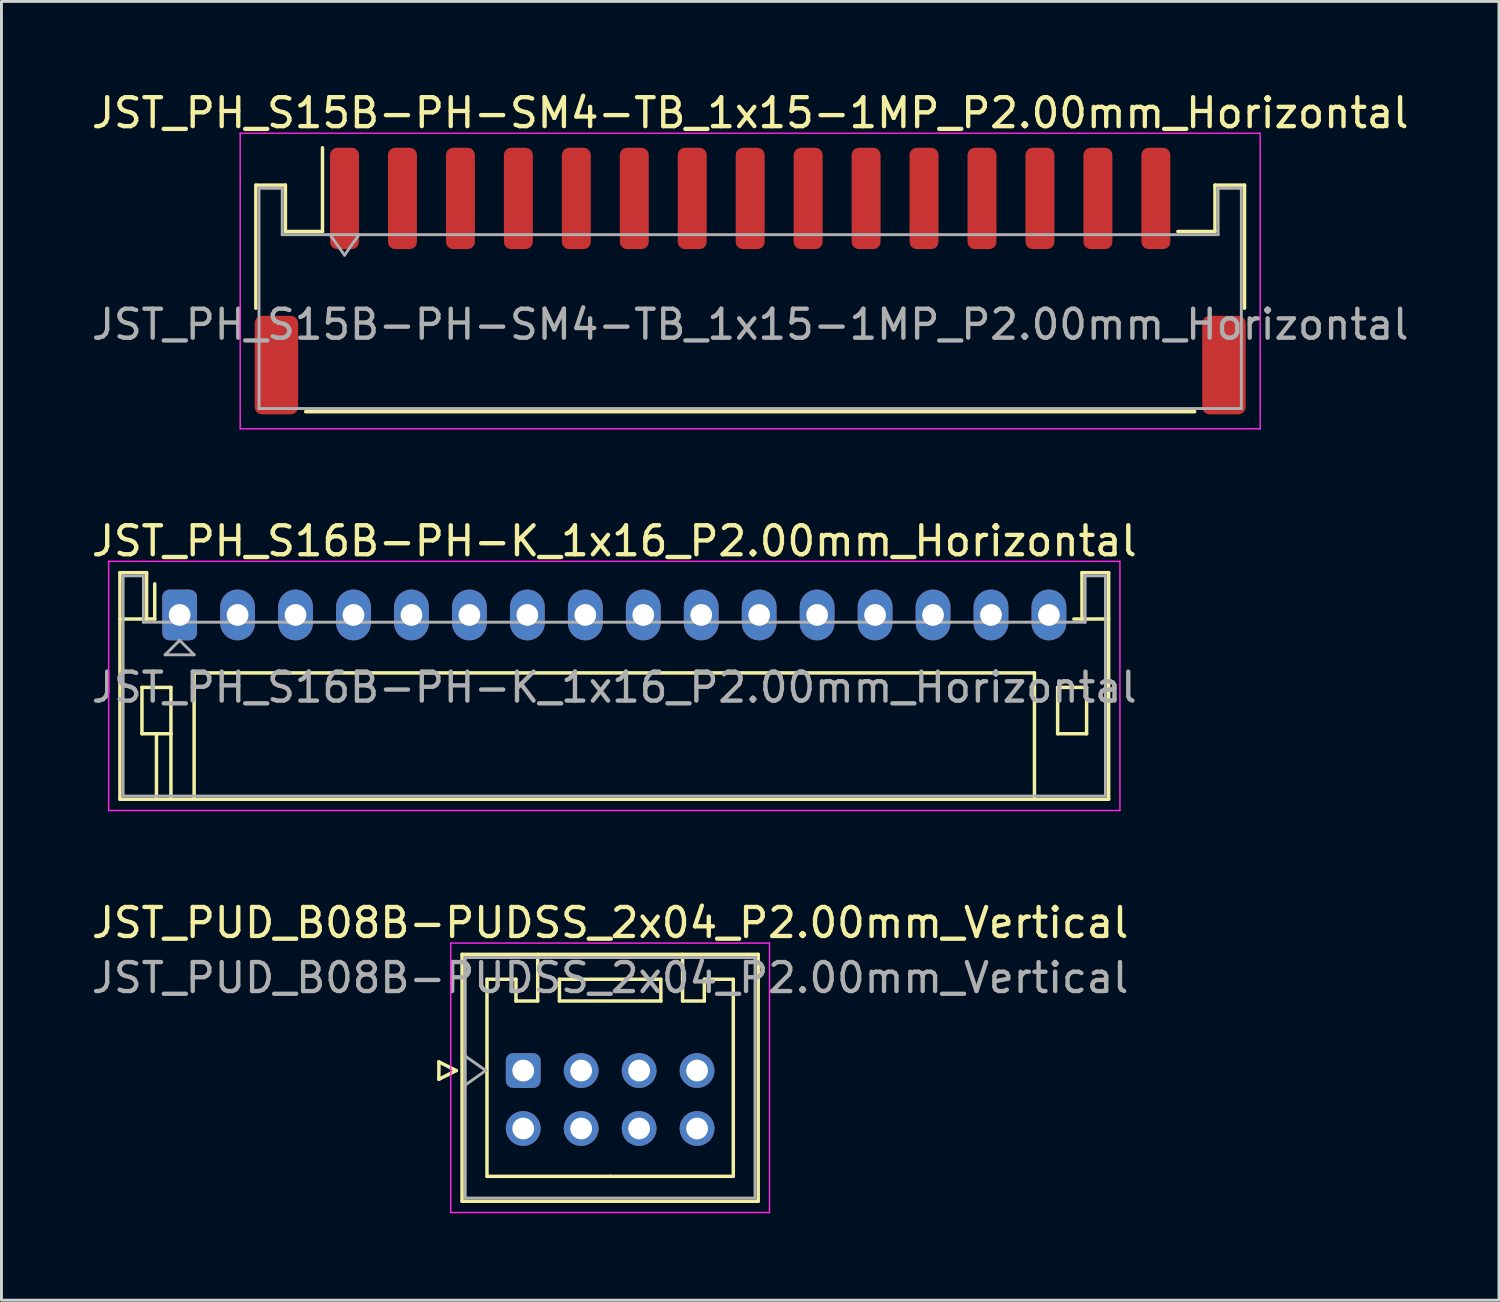
<source format=kicad_pcb>
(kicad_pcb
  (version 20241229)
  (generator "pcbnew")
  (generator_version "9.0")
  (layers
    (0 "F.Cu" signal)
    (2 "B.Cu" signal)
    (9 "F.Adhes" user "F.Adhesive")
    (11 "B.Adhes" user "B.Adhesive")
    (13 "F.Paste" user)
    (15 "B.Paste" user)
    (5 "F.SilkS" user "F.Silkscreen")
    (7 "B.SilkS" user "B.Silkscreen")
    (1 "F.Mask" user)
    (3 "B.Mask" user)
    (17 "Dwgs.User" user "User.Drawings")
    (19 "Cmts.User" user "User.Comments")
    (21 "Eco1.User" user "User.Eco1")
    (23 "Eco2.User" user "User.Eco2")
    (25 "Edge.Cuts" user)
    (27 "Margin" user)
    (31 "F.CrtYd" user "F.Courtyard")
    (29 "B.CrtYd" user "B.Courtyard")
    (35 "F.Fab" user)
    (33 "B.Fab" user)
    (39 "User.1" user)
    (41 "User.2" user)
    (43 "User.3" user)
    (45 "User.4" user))
  (footprint "JST_PH_S16B-PH-K_1x16_P2.00mm_Horizontal"
    (layer "F.Cu")
    (at 3.149 18.172)
    (property "Reference" "JST_PH_S16B-PH-K_1x16_P2.00mm_Horizontal" (at 15 -2.55 0) (layer "F.SilkS") (effects (font (size 1 1) (thickness 0.15))))
    (attr through_hole)
    (fp_line (start -2.06 -1.46) (end -2.06 6.36) (stroke (width 0.12) (type solid)) (layer "F.SilkS"))
    (fp_line (start -2.06 0.14) (end -1.14 0.14) (stroke (width 0.12) (type solid)) (layer "F.SilkS"))
    (fp_line (start -2.06 6.36) (end 32.06 6.36) (stroke (width 0.12) (type solid)) (layer "F.SilkS"))
    (fp_line (start -1.3 2.5) (end -1.3 4.1) (stroke (width 0.12) (type solid)) (layer "F.SilkS"))
    (fp_line (start -1.3 4.1) (end -0.3 4.1) (stroke (width 0.12) (type solid)) (layer "F.SilkS"))
    (fp_line (start -1.14 -1.46) (end -2.06 -1.46) (stroke (width 0.12) (type solid)) (layer "F.SilkS"))
    (fp_line (start -1.14 0.14) (end -1.14 -1.46) (stroke (width 0.12) (type solid)) (layer "F.SilkS"))
    (fp_line (start -0.86 0.14) (end -1.14 0.14) (stroke (width 0.12) (type solid)) (layer "F.SilkS"))
    (fp_line (start -0.86 0.14) (end -0.86 -1.075) (stroke (width 0.12) (type solid)) (layer "F.SilkS"))
    (fp_line (start -0.8 4.1) (end -0.8 6.36) (stroke (width 0.12) (type solid)) (layer "F.SilkS"))
    (fp_line (start -0.3 2.5) (end -1.3 2.5) (stroke (width 0.12) (type solid)) (layer "F.SilkS"))
    (fp_line (start -0.3 4.1) (end -0.3 2.5) (stroke (width 0.12) (type solid)) (layer "F.SilkS"))
    (fp_line (start -0.3 4.1) (end -0.3 6.36) (stroke (width 0.12) (type solid)) (layer "F.SilkS"))
    (fp_line (start 0.5 2) (end 29.5 2) (stroke (width 0.12) (type solid)) (layer "F.SilkS"))
    (fp_line (start 0.5 6.36) (end 0.5 2) (stroke (width 0.12) (type solid)) (layer "F.SilkS"))
    (fp_line (start 29.5 2) (end 29.5 6.36) (stroke (width 0.12) (type solid)) (layer "F.SilkS"))
    (fp_line (start 30.3 2.5) (end 31.3 2.5) (stroke (width 0.12) (type solid)) (layer "F.SilkS"))
    (fp_line (start 30.3 4.1) (end 30.3 2.5) (stroke (width 0.12) (type solid)) (layer "F.SilkS"))
    (fp_line (start 31.14 -1.46) (end 31.14 0.14) (stroke (width 0.12) (type solid)) (layer "F.SilkS"))
    (fp_line (start 31.14 0.14) (end 30.86 0.14) (stroke (width 0.12) (type solid)) (layer "F.SilkS"))
    (fp_line (start 31.3 2.5) (end 31.3 4.1) (stroke (width 0.12) (type solid)) (layer "F.SilkS"))
    (fp_line (start 31.3 4.1) (end 30.3 4.1) (stroke (width 0.12) (type solid)) (layer "F.SilkS"))
    (fp_line (start 32.06 -1.46) (end 31.14 -1.46) (stroke (width 0.12) (type solid)) (layer "F.SilkS"))
    (fp_line (start 32.06 0.14) (end 31.14 0.14) (stroke (width 0.12) (type solid)) (layer "F.SilkS"))
    (fp_line (start 32.06 6.36) (end 32.06 -1.46) (stroke (width 0.12) (type solid)) (layer "F.SilkS"))
    (fp_line (start -2.45 -1.85) (end -2.45 6.75) (stroke (width 0.05) (type solid)) (layer "F.CrtYd"))
    (fp_line (start -2.45 6.75) (end 32.45 6.75) (stroke (width 0.05) (type solid)) (layer "F.CrtYd"))
    (fp_line (start 32.45 -1.85) (end -2.45 -1.85) (stroke (width 0.05) (type solid)) (layer "F.CrtYd"))
    (fp_line (start 32.45 6.75) (end 32.45 -1.85) (stroke (width 0.05) (type solid)) (layer "F.CrtYd"))
    (fp_line (start -1.95 -1.35) (end -1.95 6.25) (stroke (width 0.1) (type solid)) (layer "F.Fab"))
    (fp_line (start -1.95 6.25) (end 31.95 6.25) (stroke (width 0.1) (type solid)) (layer "F.Fab"))
    (fp_line (start -1.25 -1.35) (end -1.95 -1.35) (stroke (width 0.1) (type solid)) (layer "F.Fab"))
    (fp_line (start -1.25 0.25) (end -1.25 -1.35) (stroke (width 0.1) (type solid)) (layer "F.Fab"))
    (fp_line (start -0.5 1.375) (end 0.5 1.375) (stroke (width 0.1) (type solid)) (layer "F.Fab"))
    (fp_line (start 0 0.875) (end -0.5 1.375) (stroke (width 0.1) (type solid)) (layer "F.Fab"))
    (fp_line (start 0.5 1.375) (end 0 0.875) (stroke (width 0.1) (type solid)) (layer "F.Fab"))
    (fp_line (start 31.25 -1.35) (end 31.25 0.25) (stroke (width 0.1) (type solid)) (layer "F.Fab"))
    (fp_line (start 31.25 0.25) (end -1.25 0.25) (stroke (width 0.1) (type solid)) (layer "F.Fab"))
    (fp_line (start 31.95 -1.35) (end 31.25 -1.35) (stroke (width 0.1) (type solid)) (layer "F.Fab"))
    (fp_line (start 31.95 6.25) (end 31.95 -1.35) (stroke (width 0.1) (type solid)) (layer "F.Fab"))
    (fp_text user "${REFERENCE}" (at 15 2.5 0) (layer "F.Fab") (effects (font (size 1 1) (thickness 0.15))))
    (pad "1" thru_hole roundrect (at 0 0) (size 1.2 1.75) (drill 0.75) (layers "*.Cu" "*.Mask") (roundrect_rratio 0.208))
    (pad "2" thru_hole oval (at 2 0) (size 1.2 1.75) (drill 0.75) (layers "*.Cu" "*.Mask"))
    (pad "3" thru_hole oval (at 4 0) (size 1.2 1.75) (drill 0.75) (layers "*.Cu" "*.Mask"))
    (pad "4" thru_hole oval (at 6 0) (size 1.2 1.75) (drill 0.75) (layers "*.Cu" "*.Mask"))
    (pad "5" thru_hole oval (at 8 0) (size 1.2 1.75) (drill 0.75) (layers "*.Cu" "*.Mask"))
    (pad "6" thru_hole oval (at 10 0) (size 1.2 1.75) (drill 0.75) (layers "*.Cu" "*.Mask"))
    (pad "7" thru_hole oval (at 12 0) (size 1.2 1.75) (drill 0.75) (layers "*.Cu" "*.Mask"))
    (pad "8" thru_hole oval (at 14 0) (size 1.2 1.75) (drill 0.75) (layers "*.Cu" "*.Mask"))
    (pad "9" thru_hole oval (at 16 0) (size 1.2 1.75) (drill 0.75) (layers "*.Cu" "*.Mask"))
    (pad "10" thru_hole oval (at 18 0) (size 1.2 1.75) (drill 0.75) (layers "*.Cu" "*.Mask"))
    (pad "11" thru_hole oval (at 20 0) (size 1.2 1.75) (drill 0.75) (layers "*.Cu" "*.Mask"))
    (pad "12" thru_hole oval (at 22 0) (size 1.2 1.75) (drill 0.75) (layers "*.Cu" "*.Mask"))
    (pad "13" thru_hole oval (at 24 0) (size 1.2 1.75) (drill 0.75) (layers "*.Cu" "*.Mask"))
    (pad "14" thru_hole oval (at 26 0) (size 1.2 1.75) (drill 0.75) (layers "*.Cu" "*.Mask"))
    (pad "15" thru_hole oval (at 28 0) (size 1.2 1.75) (drill 0.75) (layers "*.Cu" "*.Mask"))
    (pad "16" thru_hole oval (at 30 0) (size 1.2 1.75) (drill 0.75) (layers "*.Cu" "*.Mask")))
  (footprint "JST_PH_S15B-PH-SM4-TB_1x15-1MP_P2.00mm_Horizontal"
    (layer "F.Cu")
    (at 22.839 6.648)
    (property "Reference" "JST_PH_S15B-PH-SM4-TB_1x15-1MP_P2.00mm_Horizontal" (at 0 -5.8 0) (layer "F.SilkS") (effects (font (size 1 1) (thickness 0.15))))
    (attr smd)
    (fp_line (start -17.06 -3.31) (end -16.04 -3.31) (stroke (width 0.12) (type solid)) (layer "F.SilkS"))
    (fp_line (start -17.06 0.94) (end -17.06 -3.31) (stroke (width 0.12) (type solid)) (layer "F.SilkS"))
    (fp_line (start -16.04 -3.31) (end -16.04 -1.71) (stroke (width 0.12) (type solid)) (layer "F.SilkS"))
    (fp_line (start -16.04 -1.71) (end -14.76 -1.71) (stroke (width 0.12) (type solid)) (layer "F.SilkS"))
    (fp_line (start -15.34 4.51) (end 15.34 4.51) (stroke (width 0.12) (type solid)) (layer "F.SilkS"))
    (fp_line (start -14.76 -1.71) (end -14.76 -4.6) (stroke (width 0.12) (type solid)) (layer "F.SilkS"))
    (fp_line (start 16.04 -3.31) (end 16.04 -1.71) (stroke (width 0.12) (type solid)) (layer "F.SilkS"))
    (fp_line (start 16.04 -1.71) (end 14.76 -1.71) (stroke (width 0.12) (type solid)) (layer "F.SilkS"))
    (fp_line (start 17.06 -3.31) (end 16.04 -3.31) (stroke (width 0.12) (type solid)) (layer "F.SilkS"))
    (fp_line (start 17.06 0.94) (end 17.06 -3.31) (stroke (width 0.12) (type solid)) (layer "F.SilkS"))
    (fp_line (start -17.6 -5.1) (end -17.6 5.1) (stroke (width 0.05) (type solid)) (layer "F.CrtYd"))
    (fp_line (start -17.6 5.1) (end 17.6 5.1) (stroke (width 0.05) (type solid)) (layer "F.CrtYd"))
    (fp_line (start 17.6 -5.1) (end -17.6 -5.1) (stroke (width 0.05) (type solid)) (layer "F.CrtYd"))
    (fp_line (start 17.6 5.1) (end 17.6 -5.1) (stroke (width 0.05) (type solid)) (layer "F.CrtYd"))
    (fp_line (start -16.95 -3.2) (end -16.95 4.4) (stroke (width 0.1) (type solid)) (layer "F.Fab"))
    (fp_line (start -16.95 -3.2) (end -16.15 -3.2) (stroke (width 0.1) (type solid)) (layer "F.Fab"))
    (fp_line (start -16.95 4.4) (end 16.95 4.4) (stroke (width 0.1) (type solid)) (layer "F.Fab"))
    (fp_line (start -16.15 -3.2) (end -16.15 -1.6) (stroke (width 0.1) (type solid)) (layer "F.Fab"))
    (fp_line (start -16.15 -1.6) (end 16.15 -1.6) (stroke (width 0.1) (type solid)) (layer "F.Fab"))
    (fp_line (start -14.5 -1.6) (end -14 -0.893) (stroke (width 0.1) (type solid)) (layer "F.Fab"))
    (fp_line (start -14 -0.893) (end -13.5 -1.6) (stroke (width 0.1) (type solid)) (layer "F.Fab"))
    (fp_line (start 16.15 -3.2) (end 16.95 -3.2) (stroke (width 0.1) (type solid)) (layer "F.Fab"))
    (fp_line (start 16.15 -1.6) (end 16.15 -3.2) (stroke (width 0.1) (type solid)) (layer "F.Fab"))
    (fp_line (start 16.95 -3.2) (end 16.95 4.4) (stroke (width 0.1) (type solid)) (layer "F.Fab"))
    (fp_text user "${REFERENCE}" (at 0 1.5 0) (layer "F.Fab") (effects (font (size 1 1) (thickness 0.15))))
    (pad "1" smd roundrect (at -14 -2.85) (size 1 3.5) (layers "F.Cu" "F.Mask" "F.Paste") (roundrect_rratio 0.25))
    (pad "2" smd roundrect (at -12 -2.85) (size 1 3.5) (layers "F.Cu" "F.Mask" "F.Paste") (roundrect_rratio 0.25))
    (pad "3" smd roundrect (at -10 -2.85) (size 1 3.5) (layers "F.Cu" "F.Mask" "F.Paste") (roundrect_rratio 0.25))
    (pad "4" smd roundrect (at -8 -2.85) (size 1 3.5) (layers "F.Cu" "F.Mask" "F.Paste") (roundrect_rratio 0.25))
    (pad "5" smd roundrect (at -6 -2.85) (size 1 3.5) (layers "F.Cu" "F.Mask" "F.Paste") (roundrect_rratio 0.25))
    (pad "6" smd roundrect (at -4 -2.85) (size 1 3.5) (layers "F.Cu" "F.Mask" "F.Paste") (roundrect_rratio 0.25))
    (pad "7" smd roundrect (at -2 -2.85) (size 1 3.5) (layers "F.Cu" "F.Mask" "F.Paste") (roundrect_rratio 0.25))
    (pad "8" smd roundrect (at 0 -2.85) (size 1 3.5) (layers "F.Cu" "F.Mask" "F.Paste") (roundrect_rratio 0.25))
    (pad "9" smd roundrect (at 2 -2.85) (size 1 3.5) (layers "F.Cu" "F.Mask" "F.Paste") (roundrect_rratio 0.25))
    (pad "10" smd roundrect (at 4 -2.85) (size 1 3.5) (layers "F.Cu" "F.Mask" "F.Paste") (roundrect_rratio 0.25))
    (pad "11" smd roundrect (at 6 -2.85) (size 1 3.5) (layers "F.Cu" "F.Mask" "F.Paste") (roundrect_rratio 0.25))
    (pad "12" smd roundrect (at 8 -2.85) (size 1 3.5) (layers "F.Cu" "F.Mask" "F.Paste") (roundrect_rratio 0.25))
    (pad "13" smd roundrect (at 10 -2.85) (size 1 3.5) (layers "F.Cu" "F.Mask" "F.Paste") (roundrect_rratio 0.25))
    (pad "14" smd roundrect (at 12 -2.85) (size 1 3.5) (layers "F.Cu" "F.Mask" "F.Paste") (roundrect_rratio 0.25))
    (pad "15" smd roundrect (at 14 -2.85) (size 1 3.5) (layers "F.Cu" "F.Mask" "F.Paste") (roundrect_rratio 0.25))
    (pad "MP" smd roundrect (at -16.35 2.9) (size 1.5 3.4) (layers "F.Cu" "F.Mask" "F.Paste") (roundrect_rratio 0.167))
    (pad "MP" smd roundrect (at 16.35 2.9) (size 1.5 3.4) (layers "F.Cu" "F.Mask" "F.Paste") (roundrect_rratio 0.167)))
  (footprint "JST_PUD_B08B-PUDSS_2x04_P2.00mm_Vertical"
    (layer "F.Cu")
    (at 15.006 33.895)
    (property "Reference" "JST_PUD_B08B-PUDSS_2x04_P2.00mm_Vertical" (at 3 -5.1 0) (layer "F.SilkS") (effects (font (size 1 1) (thickness 0.15))))
    (attr through_hole)
    (fp_line (start -2.91 -0.3) (end -2.31 0) (stroke (width 0.12) (type solid)) (layer "F.SilkS"))
    (fp_line (start -2.91 0.3) (end -2.91 -0.3) (stroke (width 0.12) (type solid)) (layer "F.SilkS"))
    (fp_line (start -2.31 0) (end -2.91 0.3) (stroke (width 0.12) (type solid)) (layer "F.SilkS"))
    (fp_line (start -2.11 -4.01) (end -2.11 4.51) (stroke (width 0.12) (type solid)) (layer "F.SilkS"))
    (fp_line (start -2.11 4.51) (end 8.11 4.51) (stroke (width 0.12) (type solid)) (layer "F.SilkS"))
    (fp_line (start -1.25 -3.15) (end -1.25 3.65) (stroke (width 0.12) (type solid)) (layer "F.SilkS"))
    (fp_line (start -1.25 3.65) (end 3 3.65) (stroke (width 0.12) (type solid)) (layer "F.SilkS"))
    (fp_line (start -0.25 -3.15) (end -1.25 -3.15) (stroke (width 0.12) (type solid)) (layer "F.SilkS"))
    (fp_line (start -0.25 -2.4) (end -0.25 -3.15) (stroke (width 0.12) (type solid)) (layer "F.SilkS"))
    (fp_line (start 0.5 -4.01) (end 0.5 -2.4) (stroke (width 0.12) (type solid)) (layer "F.SilkS"))
    (fp_line (start 0.5 -2.4) (end -0.25 -2.4) (stroke (width 0.12) (type solid)) (layer "F.SilkS"))
    (fp_line (start 1.25 -3.15) (end 1.25 -2.4) (stroke (width 0.12) (type solid)) (layer "F.SilkS"))
    (fp_line (start 1.25 -2.4) (end 4.75 -2.4) (stroke (width 0.12) (type solid)) (layer "F.SilkS"))
    (fp_line (start 4.75 -3.15) (end 1.25 -3.15) (stroke (width 0.12) (type solid)) (layer "F.SilkS"))
    (fp_line (start 4.75 -2.4) (end 4.75 -3.15) (stroke (width 0.12) (type solid)) (layer "F.SilkS"))
    (fp_line (start 5.5 -4.01) (end 5.5 -2.4) (stroke (width 0.12) (type solid)) (layer "F.SilkS"))
    (fp_line (start 5.5 -2.4) (end 6.25 -2.4) (stroke (width 0.12) (type solid)) (layer "F.SilkS"))
    (fp_line (start 6.25 -3.15) (end 7.25 -3.15) (stroke (width 0.12) (type solid)) (layer "F.SilkS"))
    (fp_line (start 6.25 -2.4) (end 6.25 -3.15) (stroke (width 0.12) (type solid)) (layer "F.SilkS"))
    (fp_line (start 7.25 -3.15) (end 7.25 3.65) (stroke (width 0.12) (type solid)) (layer "F.SilkS"))
    (fp_line (start 7.25 3.65) (end 3 3.65) (stroke (width 0.12) (type solid)) (layer "F.SilkS"))
    (fp_line (start 8.11 -4.01) (end -2.11 -4.01) (stroke (width 0.12) (type solid)) (layer "F.SilkS"))
    (fp_line (start 8.11 4.51) (end 8.11 -4.01) (stroke (width 0.12) (type solid)) (layer "F.SilkS"))
    (fp_line (start -2.5 -4.4) (end -2.5 4.9) (stroke (width 0.05) (type solid)) (layer "F.CrtYd"))
    (fp_line (start -2.5 4.9) (end 8.5 4.9) (stroke (width 0.05) (type solid)) (layer "F.CrtYd"))
    (fp_line (start 8.5 -4.4) (end -2.5 -4.4) (stroke (width 0.05) (type solid)) (layer "F.CrtYd"))
    (fp_line (start 8.5 4.9) (end 8.5 -4.4) (stroke (width 0.05) (type solid)) (layer "F.CrtYd"))
    (fp_line (start -2 -3.9) (end -2 4.4) (stroke (width 0.1) (type solid)) (layer "F.Fab"))
    (fp_line (start -2 0.5) (end -1.293 0) (stroke (width 0.1) (type solid)) (layer "F.Fab"))
    (fp_line (start -2 4.4) (end 8 4.4) (stroke (width 0.1) (type solid)) (layer "F.Fab"))
    (fp_line (start -1.293 0) (end -2 -0.5) (stroke (width 0.1) (type solid)) (layer "F.Fab"))
    (fp_line (start 8 -3.9) (end -2 -3.9) (stroke (width 0.1) (type solid)) (layer "F.Fab"))
    (fp_line (start 8 4.4) (end 8 -3.9) (stroke (width 0.1) (type solid)) (layer "F.Fab"))
    (fp_text user "${REFERENCE}" (at 3 -3.2 0) (layer "F.Fab") (effects (font (size 1 1) (thickness 0.15))))
    (pad "1" thru_hole roundrect (at 0 0) (size 1.2 1.2) (drill 0.75) (layers "*.Cu" "*.Mask") (roundrect_rratio 0.208))
    (pad "2" thru_hole circle (at 0 2) (size 1.2 1.2) (drill 0.75) (layers "*.Cu" "*.Mask"))
    (pad "3" thru_hole circle (at 2 0) (size 1.2 1.2) (drill 0.75) (layers "*.Cu" "*.Mask"))
    (pad "4" thru_hole circle (at 2 2) (size 1.2 1.2) (drill 0.75) (layers "*.Cu" "*.Mask"))
    (pad "5" thru_hole circle (at 4 0) (size 1.2 1.2) (drill 0.75) (layers "*.Cu" "*.Mask"))
    (pad "6" thru_hole circle (at 4 2) (size 1.2 1.2) (drill 0.75) (layers "*.Cu" "*.Mask"))
    (pad "7" thru_hole circle (at 6 0) (size 1.2 1.2) (drill 0.75) (layers "*.Cu" "*.Mask"))
    (pad "8" thru_hole circle (at 6 2) (size 1.2 1.2) (drill 0.75) (layers "*.Cu" "*.Mask")))
  (gr_rect
    (start -3 -3)
    (end 48.679 41.82)
    (stroke (width 0.1) (type default))
    (fill no)
    (layer "Edge.Cuts")))
</source>
